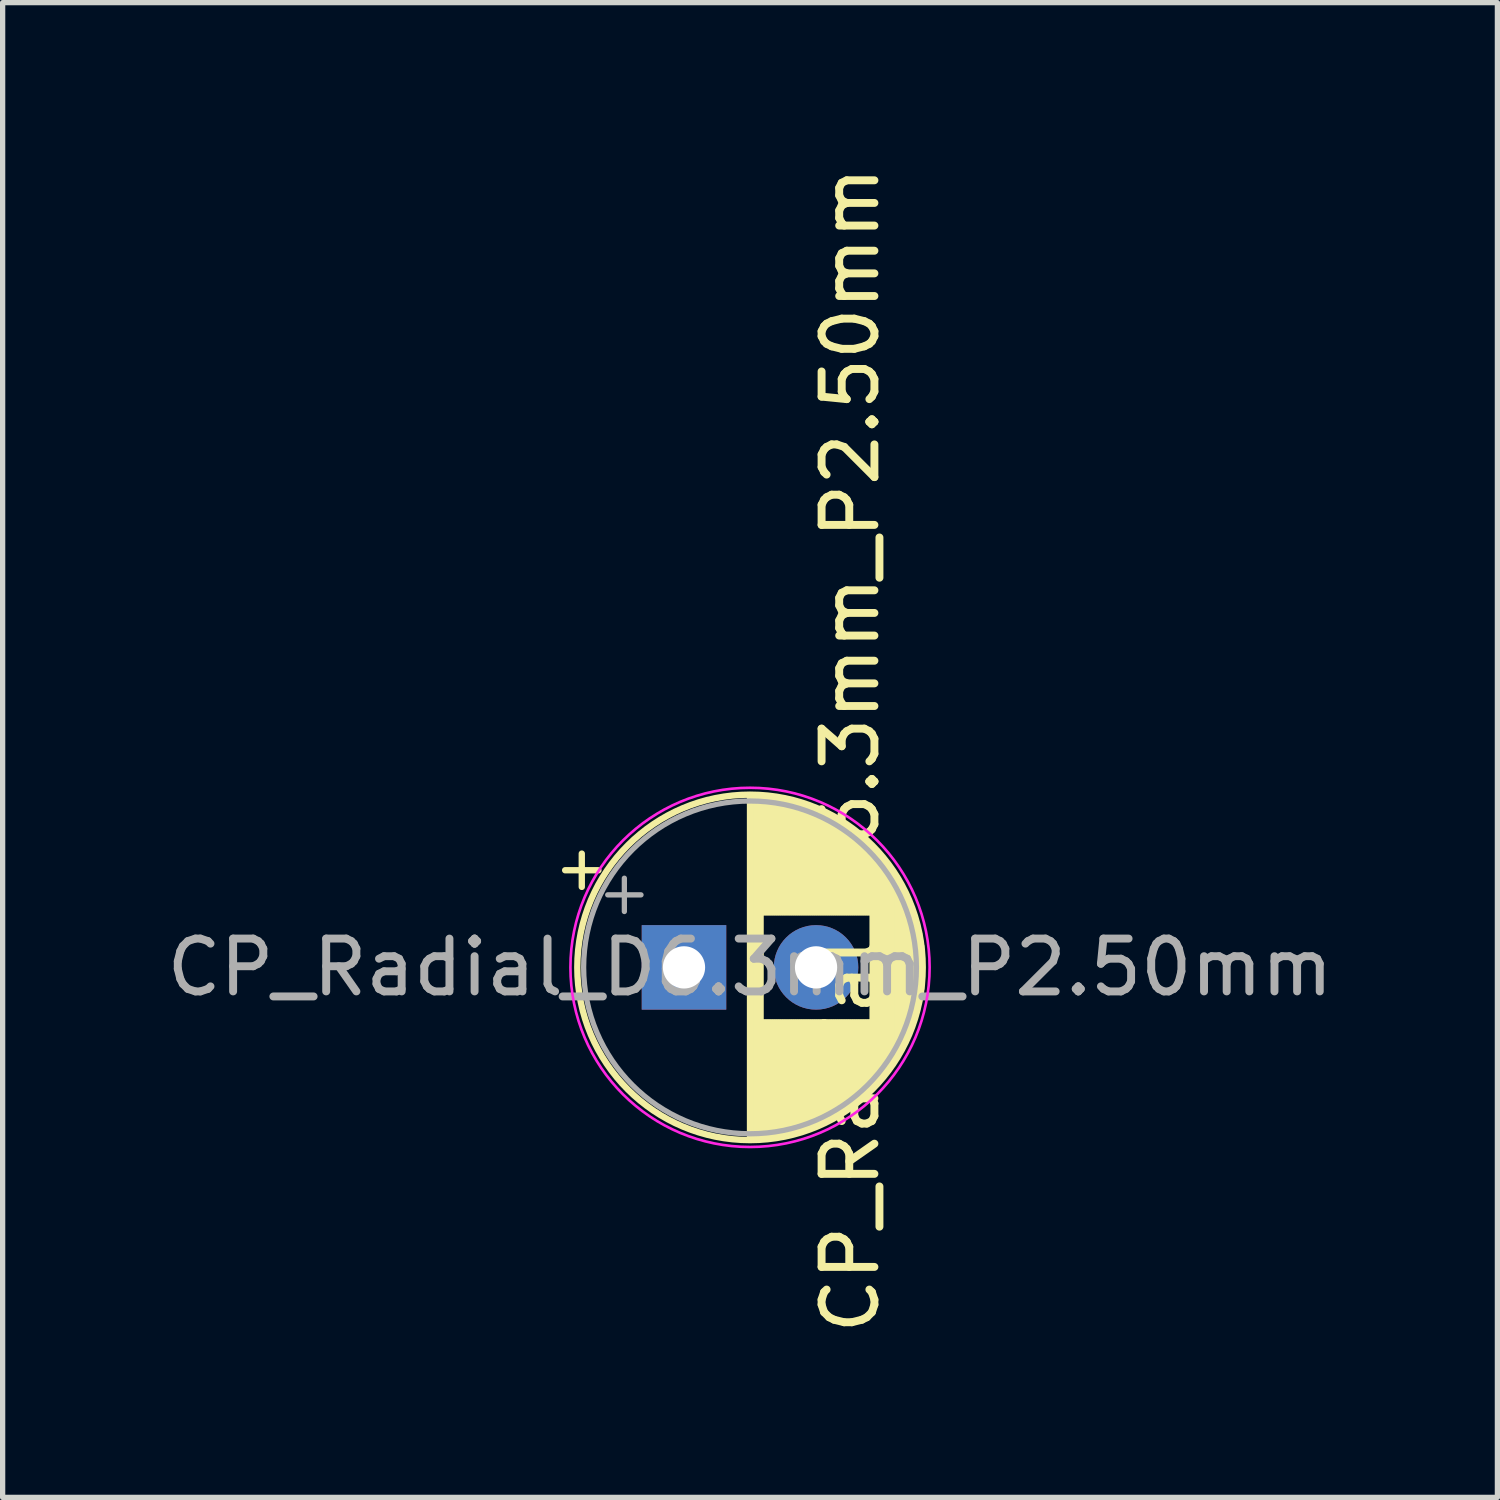
<source format=kicad_pcb>
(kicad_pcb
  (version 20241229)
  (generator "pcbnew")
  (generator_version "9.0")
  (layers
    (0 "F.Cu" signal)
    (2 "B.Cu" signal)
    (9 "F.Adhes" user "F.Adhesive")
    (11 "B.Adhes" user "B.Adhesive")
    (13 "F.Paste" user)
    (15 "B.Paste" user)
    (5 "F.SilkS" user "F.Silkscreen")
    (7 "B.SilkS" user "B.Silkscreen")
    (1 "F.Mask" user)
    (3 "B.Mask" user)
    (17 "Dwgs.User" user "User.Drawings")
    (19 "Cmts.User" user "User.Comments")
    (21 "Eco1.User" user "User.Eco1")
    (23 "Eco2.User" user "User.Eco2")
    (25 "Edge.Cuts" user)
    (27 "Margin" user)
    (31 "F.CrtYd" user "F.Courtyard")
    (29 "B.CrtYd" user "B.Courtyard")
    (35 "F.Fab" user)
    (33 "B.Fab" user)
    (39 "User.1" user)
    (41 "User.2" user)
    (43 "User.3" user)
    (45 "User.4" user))
  (footprint "CP_Radial_D6.3mm_P2.50mm"
    (layer "F.Cu")
    (at 9.899 15.264)
    (property "Reference" "CP_Radial_D6.3mm_P2.50mm" (at 3.15 -4.115 90) (layer "F.SilkS") (effects (font (size 1 1) (thickness 0.15))))
    (attr through_hole)
    (fp_line (start -2.25 -1.839) (end -1.62 -1.839) (stroke (width 0.12) (type solid)) (layer "F.SilkS"))
    (fp_line (start -1.935 -2.154) (end -1.935 -1.524) (stroke (width 0.12) (type solid)) (layer "F.SilkS"))
    (fp_line (start 1.25 -3.23) (end 1.25 3.23) (stroke (width 0.12) (type solid)) (layer "F.SilkS"))
    (fp_line (start 1.29 -3.23) (end 1.29 3.23) (stroke (width 0.12) (type solid)) (layer "F.SilkS"))
    (fp_line (start 1.33 -3.23) (end 1.33 3.23) (stroke (width 0.12) (type solid)) (layer "F.SilkS"))
    (fp_line (start 1.37 -3.228) (end 1.37 3.228) (stroke (width 0.12) (type solid)) (layer "F.SilkS"))
    (fp_line (start 1.41 -3.227) (end 1.41 3.227) (stroke (width 0.12) (type solid)) (layer "F.SilkS"))
    (fp_line (start 1.45 -3.224) (end 1.45 3.224) (stroke (width 0.12) (type solid)) (layer "F.SilkS"))
    (fp_line (start 1.49 -3.222) (end 1.49 -1.04) (stroke (width 0.12) (type solid)) (layer "F.SilkS"))
    (fp_line (start 1.49 1.04) (end 1.49 3.222) (stroke (width 0.12) (type solid)) (layer "F.SilkS"))
    (fp_line (start 1.53 -3.218) (end 1.53 -1.04) (stroke (width 0.12) (type solid)) (layer "F.SilkS"))
    (fp_line (start 1.53 1.04) (end 1.53 3.218) (stroke (width 0.12) (type solid)) (layer "F.SilkS"))
    (fp_line (start 1.57 -3.215) (end 1.57 -1.04) (stroke (width 0.12) (type solid)) (layer "F.SilkS"))
    (fp_line (start 1.57 1.04) (end 1.57 3.215) (stroke (width 0.12) (type solid)) (layer "F.SilkS"))
    (fp_line (start 1.61 -3.211) (end 1.61 -1.04) (stroke (width 0.12) (type solid)) (layer "F.SilkS"))
    (fp_line (start 1.61 1.04) (end 1.61 3.211) (stroke (width 0.12) (type solid)) (layer "F.SilkS"))
    (fp_line (start 1.65 -3.206) (end 1.65 -1.04) (stroke (width 0.12) (type solid)) (layer "F.SilkS"))
    (fp_line (start 1.65 1.04) (end 1.65 3.206) (stroke (width 0.12) (type solid)) (layer "F.SilkS"))
    (fp_line (start 1.69 -3.201) (end 1.69 -1.04) (stroke (width 0.12) (type solid)) (layer "F.SilkS"))
    (fp_line (start 1.69 1.04) (end 1.69 3.201) (stroke (width 0.12) (type solid)) (layer "F.SilkS"))
    (fp_line (start 1.73 -3.195) (end 1.73 -1.04) (stroke (width 0.12) (type solid)) (layer "F.SilkS"))
    (fp_line (start 1.73 1.04) (end 1.73 3.195) (stroke (width 0.12) (type solid)) (layer "F.SilkS"))
    (fp_line (start 1.77 -3.189) (end 1.77 -1.04) (stroke (width 0.12) (type solid)) (layer "F.SilkS"))
    (fp_line (start 1.77 1.04) (end 1.77 3.189) (stroke (width 0.12) (type solid)) (layer "F.SilkS"))
    (fp_line (start 1.81 -3.182) (end 1.81 -1.04) (stroke (width 0.12) (type solid)) (layer "F.SilkS"))
    (fp_line (start 1.81 1.04) (end 1.81 3.182) (stroke (width 0.12) (type solid)) (layer "F.SilkS"))
    (fp_line (start 1.85 -3.175) (end 1.85 -1.04) (stroke (width 0.12) (type solid)) (layer "F.SilkS"))
    (fp_line (start 1.85 1.04) (end 1.85 3.175) (stroke (width 0.12) (type solid)) (layer "F.SilkS"))
    (fp_line (start 1.89 -3.167) (end 1.89 -1.04) (stroke (width 0.12) (type solid)) (layer "F.SilkS"))
    (fp_line (start 1.89 1.04) (end 1.89 3.167) (stroke (width 0.12) (type solid)) (layer "F.SilkS"))
    (fp_line (start 1.93 -3.159) (end 1.93 -1.04) (stroke (width 0.12) (type solid)) (layer "F.SilkS"))
    (fp_line (start 1.93 1.04) (end 1.93 3.159) (stroke (width 0.12) (type solid)) (layer "F.SilkS"))
    (fp_line (start 1.971 -3.15) (end 1.971 -1.04) (stroke (width 0.12) (type solid)) (layer "F.SilkS"))
    (fp_line (start 1.971 1.04) (end 1.971 3.15) (stroke (width 0.12) (type solid)) (layer "F.SilkS"))
    (fp_line (start 2.011 -3.141) (end 2.011 -1.04) (stroke (width 0.12) (type solid)) (layer "F.SilkS"))
    (fp_line (start 2.011 1.04) (end 2.011 3.141) (stroke (width 0.12) (type solid)) (layer "F.SilkS"))
    (fp_line (start 2.051 -3.131) (end 2.051 -1.04) (stroke (width 0.12) (type solid)) (layer "F.SilkS"))
    (fp_line (start 2.051 1.04) (end 2.051 3.131) (stroke (width 0.12) (type solid)) (layer "F.SilkS"))
    (fp_line (start 2.091 -3.121) (end 2.091 -1.04) (stroke (width 0.12) (type solid)) (layer "F.SilkS"))
    (fp_line (start 2.091 1.04) (end 2.091 3.121) (stroke (width 0.12) (type solid)) (layer "F.SilkS"))
    (fp_line (start 2.131 -3.11) (end 2.131 -1.04) (stroke (width 0.12) (type solid)) (layer "F.SilkS"))
    (fp_line (start 2.131 1.04) (end 2.131 3.11) (stroke (width 0.12) (type solid)) (layer "F.SilkS"))
    (fp_line (start 2.171 -3.098) (end 2.171 -1.04) (stroke (width 0.12) (type solid)) (layer "F.SilkS"))
    (fp_line (start 2.171 1.04) (end 2.171 3.098) (stroke (width 0.12) (type solid)) (layer "F.SilkS"))
    (fp_line (start 2.211 -3.086) (end 2.211 -1.04) (stroke (width 0.12) (type solid)) (layer "F.SilkS"))
    (fp_line (start 2.211 1.04) (end 2.211 3.086) (stroke (width 0.12) (type solid)) (layer "F.SilkS"))
    (fp_line (start 2.251 -3.074) (end 2.251 -1.04) (stroke (width 0.12) (type solid)) (layer "F.SilkS"))
    (fp_line (start 2.251 1.04) (end 2.251 3.074) (stroke (width 0.12) (type solid)) (layer "F.SilkS"))
    (fp_line (start 2.291 -3.061) (end 2.291 -1.04) (stroke (width 0.12) (type solid)) (layer "F.SilkS"))
    (fp_line (start 2.291 1.04) (end 2.291 3.061) (stroke (width 0.12) (type solid)) (layer "F.SilkS"))
    (fp_line (start 2.331 -3.047) (end 2.331 -1.04) (stroke (width 0.12) (type solid)) (layer "F.SilkS"))
    (fp_line (start 2.331 1.04) (end 2.331 3.047) (stroke (width 0.12) (type solid)) (layer "F.SilkS"))
    (fp_line (start 2.371 -3.033) (end 2.371 -1.04) (stroke (width 0.12) (type solid)) (layer "F.SilkS"))
    (fp_line (start 2.371 1.04) (end 2.371 3.033) (stroke (width 0.12) (type solid)) (layer "F.SilkS"))
    (fp_line (start 2.411 -3.018) (end 2.411 -1.04) (stroke (width 0.12) (type solid)) (layer "F.SilkS"))
    (fp_line (start 2.411 1.04) (end 2.411 3.018) (stroke (width 0.12) (type solid)) (layer "F.SilkS"))
    (fp_line (start 2.451 -3.002) (end 2.451 -1.04) (stroke (width 0.12) (type solid)) (layer "F.SilkS"))
    (fp_line (start 2.451 1.04) (end 2.451 3.002) (stroke (width 0.12) (type solid)) (layer "F.SilkS"))
    (fp_line (start 2.491 -2.986) (end 2.491 -1.04) (stroke (width 0.12) (type solid)) (layer "F.SilkS"))
    (fp_line (start 2.491 1.04) (end 2.491 2.986) (stroke (width 0.12) (type solid)) (layer "F.SilkS"))
    (fp_line (start 2.531 -2.97) (end 2.531 -1.04) (stroke (width 0.12) (type solid)) (layer "F.SilkS"))
    (fp_line (start 2.531 1.04) (end 2.531 2.97) (stroke (width 0.12) (type solid)) (layer "F.SilkS"))
    (fp_line (start 2.571 -2.952) (end 2.571 -1.04) (stroke (width 0.12) (type solid)) (layer "F.SilkS"))
    (fp_line (start 2.571 1.04) (end 2.571 2.952) (stroke (width 0.12) (type solid)) (layer "F.SilkS"))
    (fp_line (start 2.611 -2.934) (end 2.611 -1.04) (stroke (width 0.12) (type solid)) (layer "F.SilkS"))
    (fp_line (start 2.611 1.04) (end 2.611 2.934) (stroke (width 0.12) (type solid)) (layer "F.SilkS"))
    (fp_line (start 2.651 -2.916) (end 2.651 -1.04) (stroke (width 0.12) (type solid)) (layer "F.SilkS"))
    (fp_line (start 2.651 1.04) (end 2.651 2.916) (stroke (width 0.12) (type solid)) (layer "F.SilkS"))
    (fp_line (start 2.691 -2.896) (end 2.691 -1.04) (stroke (width 0.12) (type solid)) (layer "F.SilkS"))
    (fp_line (start 2.691 1.04) (end 2.691 2.896) (stroke (width 0.12) (type solid)) (layer "F.SilkS"))
    (fp_line (start 2.731 -2.876) (end 2.731 -1.04) (stroke (width 0.12) (type solid)) (layer "F.SilkS"))
    (fp_line (start 2.731 1.04) (end 2.731 2.876) (stroke (width 0.12) (type solid)) (layer "F.SilkS"))
    (fp_line (start 2.771 -2.856) (end 2.771 -1.04) (stroke (width 0.12) (type solid)) (layer "F.SilkS"))
    (fp_line (start 2.771 1.04) (end 2.771 2.856) (stroke (width 0.12) (type solid)) (layer "F.SilkS"))
    (fp_line (start 2.811 -2.834) (end 2.811 -1.04) (stroke (width 0.12) (type solid)) (layer "F.SilkS"))
    (fp_line (start 2.811 1.04) (end 2.811 2.834) (stroke (width 0.12) (type solid)) (layer "F.SilkS"))
    (fp_line (start 2.851 -2.812) (end 2.851 -1.04) (stroke (width 0.12) (type solid)) (layer "F.SilkS"))
    (fp_line (start 2.851 1.04) (end 2.851 2.812) (stroke (width 0.12) (type solid)) (layer "F.SilkS"))
    (fp_line (start 2.891 -2.79) (end 2.891 -1.04) (stroke (width 0.12) (type solid)) (layer "F.SilkS"))
    (fp_line (start 2.891 1.04) (end 2.891 2.79) (stroke (width 0.12) (type solid)) (layer "F.SilkS"))
    (fp_line (start 2.931 -2.766) (end 2.931 -1.04) (stroke (width 0.12) (type solid)) (layer "F.SilkS"))
    (fp_line (start 2.931 1.04) (end 2.931 2.766) (stroke (width 0.12) (type solid)) (layer "F.SilkS"))
    (fp_line (start 2.971 -2.742) (end 2.971 -1.04) (stroke (width 0.12) (type solid)) (layer "F.SilkS"))
    (fp_line (start 2.971 1.04) (end 2.971 2.742) (stroke (width 0.12) (type solid)) (layer "F.SilkS"))
    (fp_line (start 3.011 -2.716) (end 3.011 -1.04) (stroke (width 0.12) (type solid)) (layer "F.SilkS"))
    (fp_line (start 3.011 1.04) (end 3.011 2.716) (stroke (width 0.12) (type solid)) (layer "F.SilkS"))
    (fp_line (start 3.051 -2.69) (end 3.051 -1.04) (stroke (width 0.12) (type solid)) (layer "F.SilkS"))
    (fp_line (start 3.051 1.04) (end 3.051 2.69) (stroke (width 0.12) (type solid)) (layer "F.SilkS"))
    (fp_line (start 3.091 -2.664) (end 3.091 -1.04) (stroke (width 0.12) (type solid)) (layer "F.SilkS"))
    (fp_line (start 3.091 1.04) (end 3.091 2.664) (stroke (width 0.12) (type solid)) (layer "F.SilkS"))
    (fp_line (start 3.131 -2.636) (end 3.131 -1.04) (stroke (width 0.12) (type solid)) (layer "F.SilkS"))
    (fp_line (start 3.131 1.04) (end 3.131 2.636) (stroke (width 0.12) (type solid)) (layer "F.SilkS"))
    (fp_line (start 3.171 -2.607) (end 3.171 -1.04) (stroke (width 0.12) (type solid)) (layer "F.SilkS"))
    (fp_line (start 3.171 1.04) (end 3.171 2.607) (stroke (width 0.12) (type solid)) (layer "F.SilkS"))
    (fp_line (start 3.211 -2.578) (end 3.211 -1.04) (stroke (width 0.12) (type solid)) (layer "F.SilkS"))
    (fp_line (start 3.211 1.04) (end 3.211 2.578) (stroke (width 0.12) (type solid)) (layer "F.SilkS"))
    (fp_line (start 3.251 -2.548) (end 3.251 -1.04) (stroke (width 0.12) (type solid)) (layer "F.SilkS"))
    (fp_line (start 3.251 1.04) (end 3.251 2.548) (stroke (width 0.12) (type solid)) (layer "F.SilkS"))
    (fp_line (start 3.291 -2.516) (end 3.291 -1.04) (stroke (width 0.12) (type solid)) (layer "F.SilkS"))
    (fp_line (start 3.291 1.04) (end 3.291 2.516) (stroke (width 0.12) (type solid)) (layer "F.SilkS"))
    (fp_line (start 3.331 -2.484) (end 3.331 -1.04) (stroke (width 0.12) (type solid)) (layer "F.SilkS"))
    (fp_line (start 3.331 1.04) (end 3.331 2.484) (stroke (width 0.12) (type solid)) (layer "F.SilkS"))
    (fp_line (start 3.371 -2.45) (end 3.371 -1.04) (stroke (width 0.12) (type solid)) (layer "F.SilkS"))
    (fp_line (start 3.371 1.04) (end 3.371 2.45) (stroke (width 0.12) (type solid)) (layer "F.SilkS"))
    (fp_line (start 3.411 -2.416) (end 3.411 -1.04) (stroke (width 0.12) (type solid)) (layer "F.SilkS"))
    (fp_line (start 3.411 1.04) (end 3.411 2.416) (stroke (width 0.12) (type solid)) (layer "F.SilkS"))
    (fp_line (start 3.451 -2.38) (end 3.451 -1.04) (stroke (width 0.12) (type solid)) (layer "F.SilkS"))
    (fp_line (start 3.451 1.04) (end 3.451 2.38) (stroke (width 0.12) (type solid)) (layer "F.SilkS"))
    (fp_line (start 3.491 -2.343) (end 3.491 -1.04) (stroke (width 0.12) (type solid)) (layer "F.SilkS"))
    (fp_line (start 3.491 1.04) (end 3.491 2.343) (stroke (width 0.12) (type solid)) (layer "F.SilkS"))
    (fp_line (start 3.531 -2.305) (end 3.531 -1.04) (stroke (width 0.12) (type solid)) (layer "F.SilkS"))
    (fp_line (start 3.531 1.04) (end 3.531 2.305) (stroke (width 0.12) (type solid)) (layer "F.SilkS"))
    (fp_line (start 3.571 -2.265) (end 3.571 2.265) (stroke (width 0.12) (type solid)) (layer "F.SilkS"))
    (fp_line (start 3.611 -2.224) (end 3.611 2.224) (stroke (width 0.12) (type solid)) (layer "F.SilkS"))
    (fp_line (start 3.651 -2.182) (end 3.651 2.182) (stroke (width 0.12) (type solid)) (layer "F.SilkS"))
    (fp_line (start 3.691 -2.137) (end 3.691 2.137) (stroke (width 0.12) (type solid)) (layer "F.SilkS"))
    (fp_line (start 3.731 -2.092) (end 3.731 2.092) (stroke (width 0.12) (type solid)) (layer "F.SilkS"))
    (fp_line (start 3.771 -2.044) (end 3.771 2.044) (stroke (width 0.12) (type solid)) (layer "F.SilkS"))
    (fp_line (start 3.811 -1.995) (end 3.811 1.995) (stroke (width 0.12) (type solid)) (layer "F.SilkS"))
    (fp_line (start 3.851 -1.944) (end 3.851 1.944) (stroke (width 0.12) (type solid)) (layer "F.SilkS"))
    (fp_line (start 3.891 -1.89) (end 3.891 1.89) (stroke (width 0.12) (type solid)) (layer "F.SilkS"))
    (fp_line (start 3.931 -1.834) (end 3.931 1.834) (stroke (width 0.12) (type solid)) (layer "F.SilkS"))
    (fp_line (start 3.971 -1.776) (end 3.971 1.776) (stroke (width 0.12) (type solid)) (layer "F.SilkS"))
    (fp_line (start 4.011 -1.714) (end 4.011 1.714) (stroke (width 0.12) (type solid)) (layer "F.SilkS"))
    (fp_line (start 4.051 -1.65) (end 4.051 1.65) (stroke (width 0.12) (type solid)) (layer "F.SilkS"))
    (fp_line (start 4.091 -1.581) (end 4.091 1.581) (stroke (width 0.12) (type solid)) (layer "F.SilkS"))
    (fp_line (start 4.131 -1.509) (end 4.131 1.509) (stroke (width 0.12) (type solid)) (layer "F.SilkS"))
    (fp_line (start 4.171 -1.432) (end 4.171 1.432) (stroke (width 0.12) (type solid)) (layer "F.SilkS"))
    (fp_line (start 4.211 -1.35) (end 4.211 1.35) (stroke (width 0.12) (type solid)) (layer "F.SilkS"))
    (fp_line (start 4.251 -1.262) (end 4.251 1.262) (stroke (width 0.12) (type solid)) (layer "F.SilkS"))
    (fp_line (start 4.291 -1.165) (end 4.291 1.165) (stroke (width 0.12) (type solid)) (layer "F.SilkS"))
    (fp_line (start 4.331 -1.059) (end 4.331 1.059) (stroke (width 0.12) (type solid)) (layer "F.SilkS"))
    (fp_line (start 4.371 -0.94) (end 4.371 0.94) (stroke (width 0.12) (type solid)) (layer "F.SilkS"))
    (fp_line (start 4.411 -0.802) (end 4.411 0.802) (stroke (width 0.12) (type solid)) (layer "F.SilkS"))
    (fp_line (start 4.451 -0.633) (end 4.451 0.633) (stroke (width 0.12) (type solid)) (layer "F.SilkS"))
    (fp_line (start 4.491 -0.402) (end 4.491 0.402) (stroke (width 0.12) (type solid)) (layer "F.SilkS"))
    (fp_circle (center 1.25 0) (end 4.52 0) (stroke (width 0.12) (type solid)) (fill no) (layer "F.SilkS"))
    (fp_circle (center 1.25 0) (end 4.65 0) (stroke (width 0.05) (type solid)) (fill no) (layer "F.CrtYd"))
    (fp_line (start -1.444 -1.373) (end -0.814 -1.373) (stroke (width 0.1) (type solid)) (layer "F.Fab"))
    (fp_line (start -1.129 -1.688) (end -1.129 -1.058) (stroke (width 0.1) (type solid)) (layer "F.Fab"))
    (fp_circle (center 1.25 0) (end 4.4 0) (stroke (width 0.1) (type solid)) (fill no) (layer "F.Fab"))
    (fp_text user "${REFERENCE}" (at 1.25 0 0) (layer "F.Fab") (effects (font (size 1 1) (thickness 0.15))))
    (pad "1" thru_hole rect (at 0 0) (size 1.6 1.6) (drill 0.8) (layers "*.Cu" "*.Mask"))
    (pad "2" thru_hole circle (at 2.5 0) (size 1.6 1.6) (drill 0.8) (layers "*.Cu" "*.Mask")))
  (gr_rect
    (start -3 -3)
    (end 25.298 25.298)
    (stroke (width 0.1) (type default))
    (fill no)
    (layer "Edge.Cuts")))
</source>
